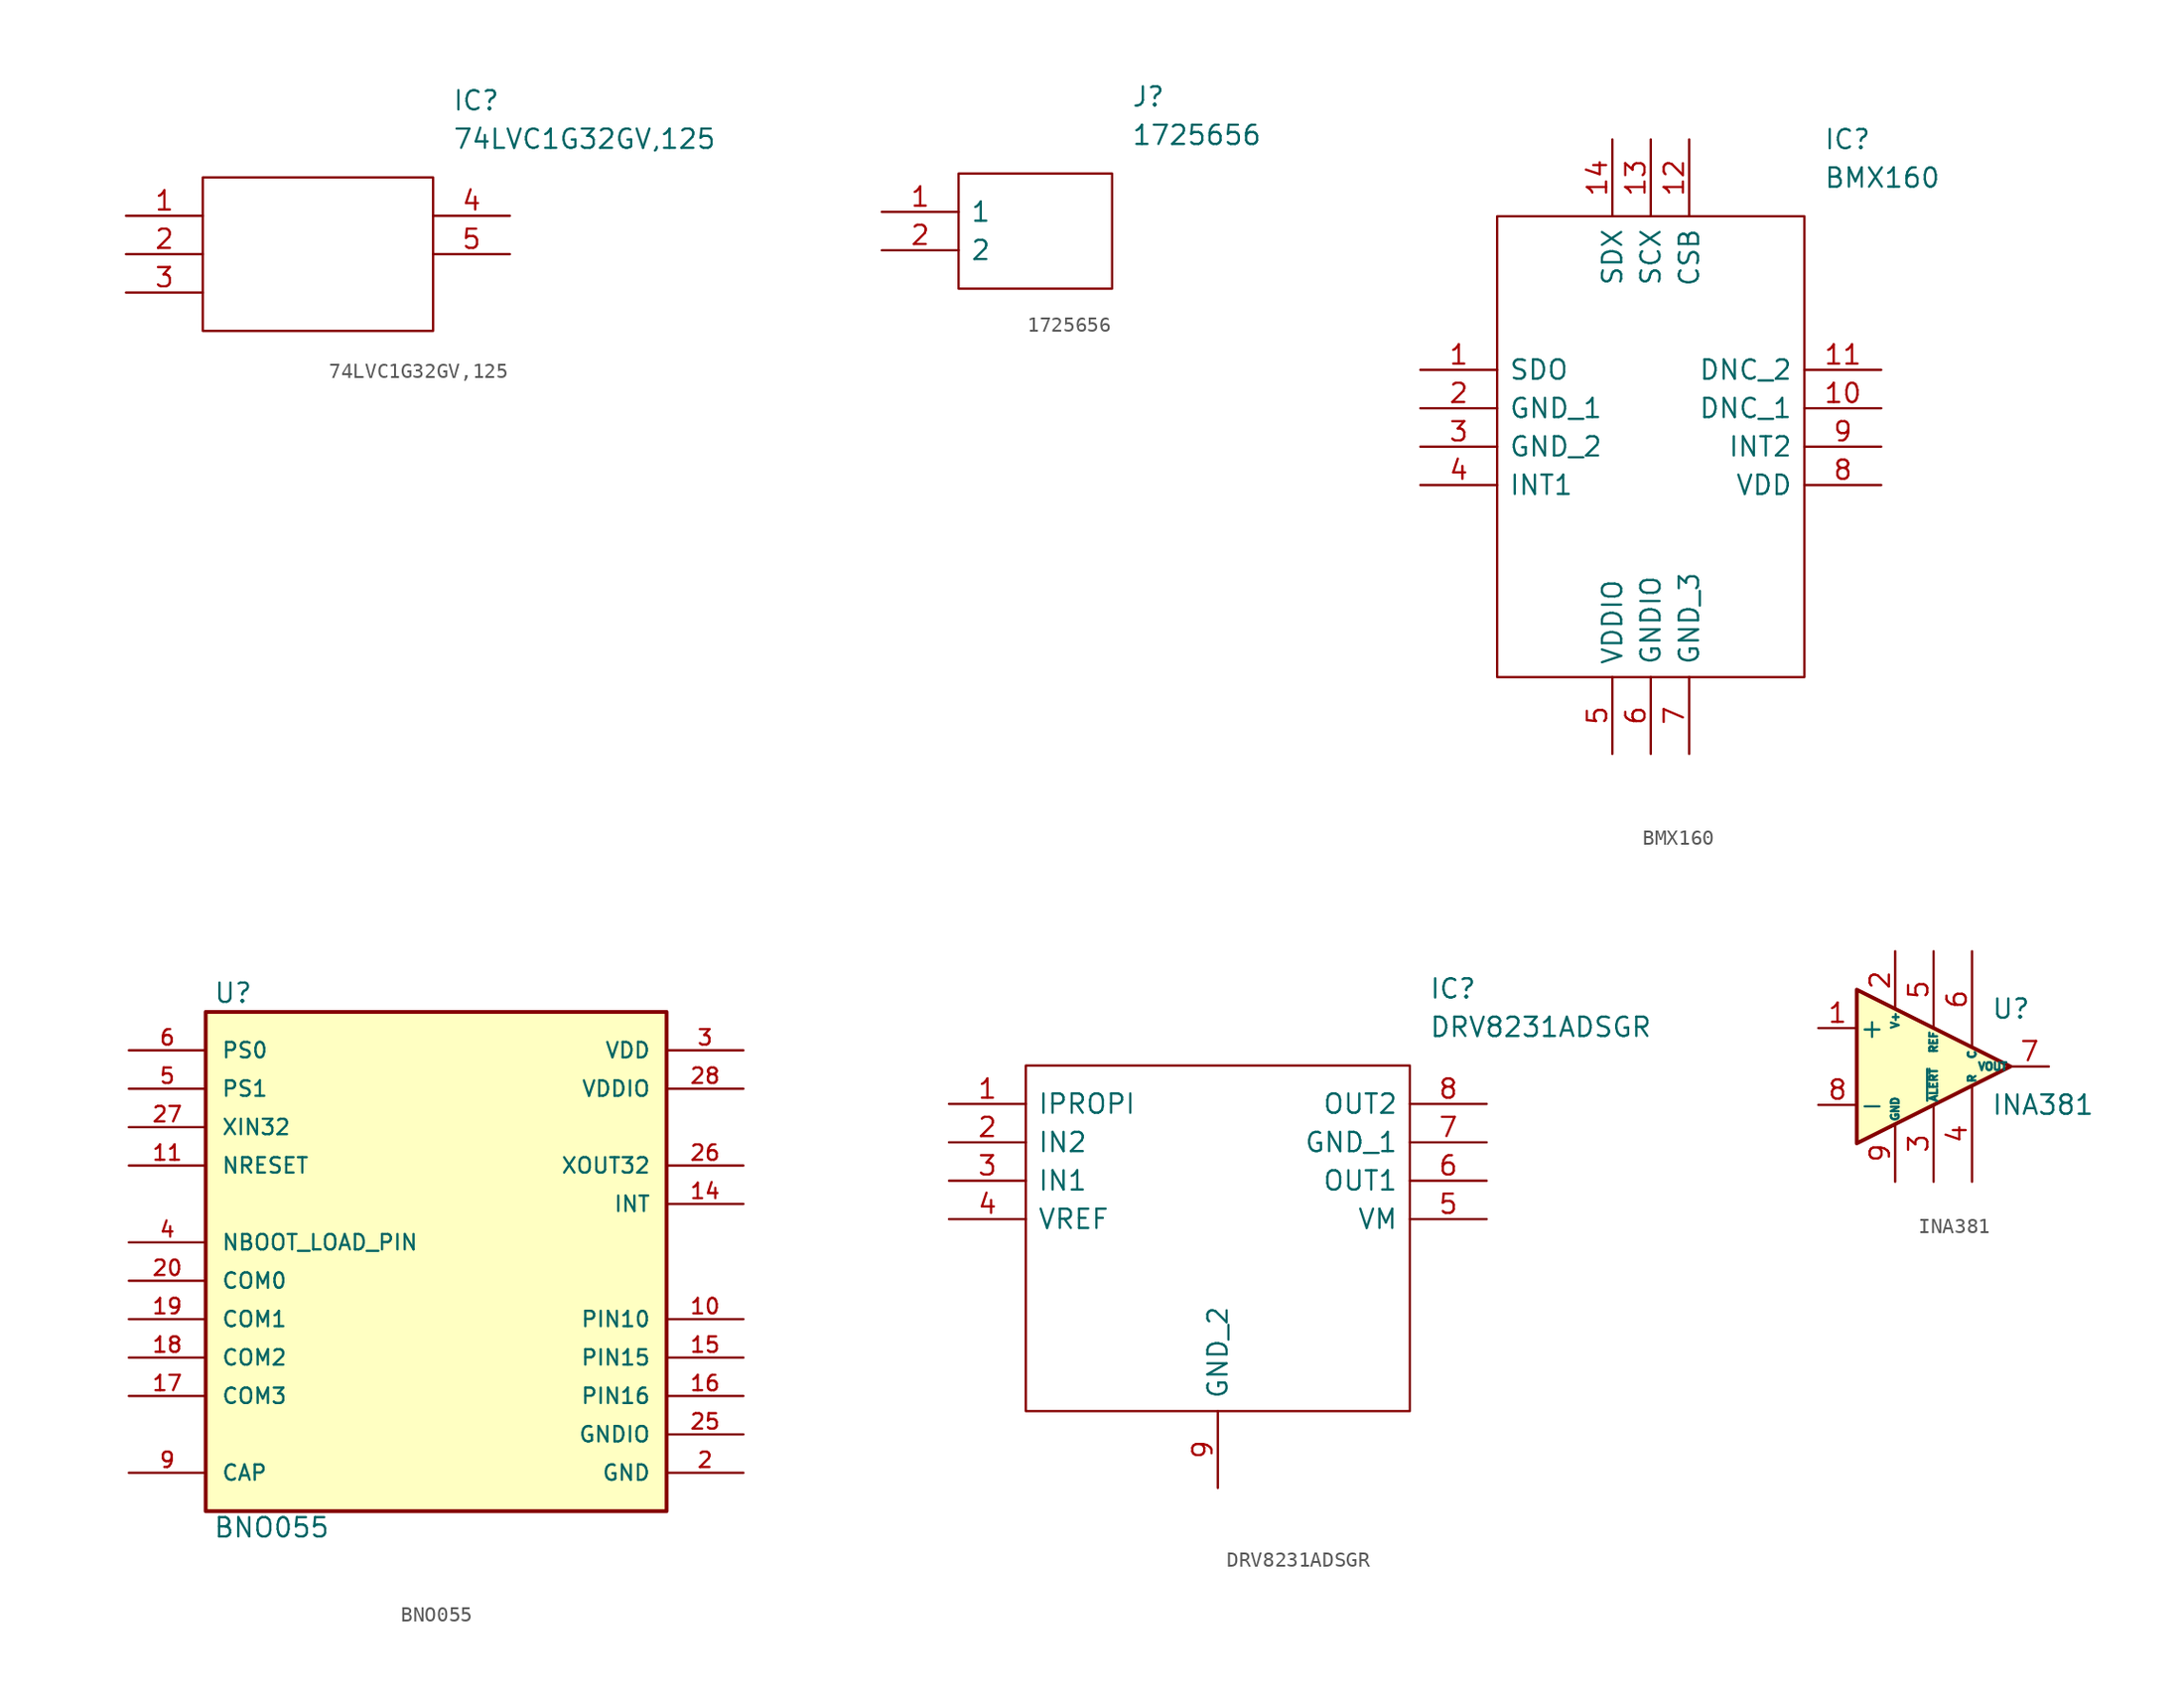
<source format=kicad_sym>
(kicad_symbol_lib
  (version 20241209)
  (generator "kicad_symbol_editor")
  (generator_version "9.0")
  (symbol "74LVC1G32GV,125"
    (pin_names
      (offset 0.762))
    (property "Reference" "IC"
      (at 21.59 7.62 0)
      (effects (font (size 1.27 1.27)) (justify left)))
    (property "Value" "74LVC1G32GV,125"
      (at 21.59 5.08 0)
      (effects (font (size 1.27 1.27)) (justify left)))
    (symbol "74LVC1G32GV,125_0_0"
      (pin unspecified line (at 0 0 0) (length 5.08) (name "~" (effects (font (size 1.27 1.27)))) (number "1" (effects (font (size 1.27 1.27)))))
      (pin unspecified line (at 0 -2.54 0) (length 5.08) (name "~" (effects (font (size 1.27 1.27)))) (number "2" (effects (font (size 1.27 1.27)))))
      (pin unspecified line (at 0 -5.08 0) (length 5.08) (name "~" (effects (font (size 1.27 1.27)))) (number "3" (effects (font (size 1.27 1.27)))))
      (pin unspecified line (at 25.4 0 180) (length 5.08) (name "~" (effects (font (size 1.27 1.27)))) (number "4" (effects (font (size 1.27 1.27)))))
      (pin unspecified line (at 25.4 -2.54 180) (length 5.08) (name "~" (effects (font (size 1.27 1.27)))) (number "5" (effects (font (size 1.27 1.27))))))
    (symbol "74LVC1G32GV,125_0_1"
      (polyline (pts (xy 5.08 2.54) (xy 20.32 2.54) (xy 20.32 -7.62) (xy 5.08 -7.62) (xy 5.08 2.54)) (stroke (width 0.152) (type solid)) (fill (type none)))))
  (symbol "1725656"
    (pin_names
      (offset 0.762))
    (property "Reference" "J"
      (at 16.51 7.62 0)
      (effects (font (size 1.27 1.27)) (justify left)))
    (property "Value" "1725656"
      (at 16.51 5.08 0)
      (effects (font (size 1.27 1.27)) (justify left)))
    (symbol "1725656_0_0"
      (pin passive line (at 0 0 0) (length 5.08) (name "1" (effects (font (size 1.27 1.27)))) (number "1" (effects (font (size 1.27 1.27)))))
      (pin passive line (at 0 -2.54 0) (length 5.08) (name "2" (effects (font (size 1.27 1.27)))) (number "2" (effects (font (size 1.27 1.27))))))
    (symbol "1725656_0_1"
      (polyline (pts (xy 5.08 2.54) (xy 15.24 2.54) (xy 15.24 -5.08) (xy 5.08 -5.08) (xy 5.08 2.54)) (stroke (width 0.152) (type solid)) (fill (type none)))))
  (symbol "BMX160"
    (pin_names
      (offset 0.762))
    (property "Reference" "IC"
      (at 26.67 15.24 0)
      (effects (font (size 1.27 1.27)) (justify left)))
    (property "Value" "BMX160"
      (at 26.67 12.7 0)
      (effects (font (size 1.27 1.27)) (justify left)))
    (symbol "BMX160_0_0"
      (pin passive line (at 0 0 0) (length 5.08) (name "SDO" (effects (font (size 1.27 1.27)))) (number "1" (effects (font (size 1.27 1.27)))))
      (pin passive line (at 0 -2.54 0) (length 5.08) (name "GND_1" (effects (font (size 1.27 1.27)))) (number "2" (effects (font (size 1.27 1.27)))))
      (pin passive line (at 0 -5.08 0) (length 5.08) (name "GND_2" (effects (font (size 1.27 1.27)))) (number "3" (effects (font (size 1.27 1.27)))))
      (pin passive line (at 0 -7.62 0) (length 5.08) (name "INT1" (effects (font (size 1.27 1.27)))) (number "4" (effects (font (size 1.27 1.27)))))
      (pin passive line (at 12.7 15.24 270) (length 5.08) (name "SDX" (effects (font (size 1.27 1.27)))) (number "14" (effects (font (size 1.27 1.27)))))
      (pin passive line (at 12.7 -25.4 90) (length 5.08) (name "VDDIO" (effects (font (size 1.27 1.27)))) (number "5" (effects (font (size 1.27 1.27)))))
      (pin passive line (at 15.24 15.24 270) (length 5.08) (name "SCX" (effects (font (size 1.27 1.27)))) (number "13" (effects (font (size 1.27 1.27)))))
      (pin passive line (at 15.24 -25.4 90) (length 5.08) (name "GNDIO" (effects (font (size 1.27 1.27)))) (number "6" (effects (font (size 1.27 1.27)))))
      (pin passive line (at 17.78 15.24 270) (length 5.08) (name "CSB" (effects (font (size 1.27 1.27)))) (number "12" (effects (font (size 1.27 1.27)))))
      (pin passive line (at 17.78 -25.4 90) (length 5.08) (name "GND_3" (effects (font (size 1.27 1.27)))) (number "7" (effects (font (size 1.27 1.27)))))
      (pin passive line (at 30.48 0 180) (length 5.08) (name "DNC_2" (effects (font (size 1.27 1.27)))) (number "11" (effects (font (size 1.27 1.27)))))
      (pin passive line (at 30.48 -2.54 180) (length 5.08) (name "DNC_1" (effects (font (size 1.27 1.27)))) (number "10" (effects (font (size 1.27 1.27)))))
      (pin passive line (at 30.48 -5.08 180) (length 5.08) (name "INT2" (effects (font (size 1.27 1.27)))) (number "9" (effects (font (size 1.27 1.27)))))
      (pin passive line (at 30.48 -7.62 180) (length 5.08) (name "VDD" (effects (font (size 1.27 1.27)))) (number "8" (effects (font (size 1.27 1.27))))))
    (symbol "BMX160_0_1"
      (polyline (pts (xy 5.08 10.16) (xy 25.4 10.16) (xy 25.4 -20.32) (xy 5.08 -20.32) (xy 5.08 10.16)) (stroke (width 0.152) (type solid)) (fill (type none)))))
  (symbol "BNO055"
    (pin_names
      (offset 1.016))
    (property "Reference" "U"
      (at -14.732 15.748 0)
      (effects (font (size 1.27 1.27)) (justify left bottom)))
    (property "Value" "BNO055"
      (at -14.757 -19.609 0)
      (effects (font (size 1.27 1.27)) (justify left bottom)))
    (symbol "BNO055_0_0"
      (rectangle (start -15.24 -17.78) (end 15.24 15.24) (stroke (width 0.254) (type solid)) (fill (type background)))
      (pin input line (at -20.32 12.7 0) (length 5.08) (name "PS0" (effects (font (size 1.016 1.016)))) (number "6" (effects (font (size 1.016 1.016)))))
      (pin input line (at -20.32 10.16 0) (length 5.08) (name "PS1" (effects (font (size 1.016 1.016)))) (number "5" (effects (font (size 1.016 1.016)))))
      (pin input line (at -20.32 7.62 0) (length 5.08) (name "XIN32" (effects (font (size 1.016 1.016)))) (number "27" (effects (font (size 1.016 1.016)))))
      (pin input line (at -20.32 5.08 0) (length 5.08) (name "NRESET" (effects (font (size 1.016 1.016)))) (number "11" (effects (font (size 1.016 1.016)))))
      (pin bidirectional line (at -20.32 0 0) (length 5.08) (name "NBOOT_LOAD_PIN" (effects (font (size 1.016 1.016)))) (number "4" (effects (font (size 1.016 1.016)))))
      (pin bidirectional line (at -20.32 -2.54 0) (length 5.08) (name "COM0" (effects (font (size 1.016 1.016)))) (number "20" (effects (font (size 1.016 1.016)))))
      (pin bidirectional line (at -20.32 -5.08 0) (length 5.08) (name "COM1" (effects (font (size 1.016 1.016)))) (number "19" (effects (font (size 1.016 1.016)))))
      (pin bidirectional line (at -20.32 -7.62 0) (length 5.08) (name "COM2" (effects (font (size 1.016 1.016)))) (number "18" (effects (font (size 1.016 1.016)))))
      (pin bidirectional line (at -20.32 -10.16 0) (length 5.08) (name "COM3" (effects (font (size 1.016 1.016)))) (number "17" (effects (font (size 1.016 1.016)))))
      (pin passive line (at -20.32 -15.24 0) (length 5.08) (name "CAP" (effects (font (size 1.016 1.016)))) (number "9" (effects (font (size 1.016 1.016)))))
      (pin power_in line (at 20.32 12.7 180) (length 5.08) (name "VDD" (effects (font (size 1.016 1.016)))) (number "3" (effects (font (size 1.016 1.016)))))
      (pin power_in line (at 20.32 10.16 180) (length 5.08) (name "VDDIO" (effects (font (size 1.016 1.016)))) (number "28" (effects (font (size 1.016 1.016)))))
      (pin output line (at 20.32 5.08 180) (length 5.08) (name "XOUT32" (effects (font (size 1.016 1.016)))) (number "26" (effects (font (size 1.016 1.016)))))
      (pin output line (at 20.32 2.54 180) (length 5.08) (name "INT" (effects (font (size 1.016 1.016)))) (number "14" (effects (font (size 1.016 1.016)))))
      (pin power_in line (at 20.32 -5.08 180) (length 5.08) (name "PIN10" (effects (font (size 1.016 1.016)))) (number "10" (effects (font (size 1.016 1.016)))))
      (pin power_in line (at 20.32 -7.62 180) (length 5.08) (name "PIN15" (effects (font (size 1.016 1.016)))) (number "15" (effects (font (size 1.016 1.016)))))
      (pin power_in line (at 20.32 -10.16 180) (length 5.08) (name "PIN16" (effects (font (size 1.016 1.016)))) (number "16" (effects (font (size 1.016 1.016)))))
      (pin power_in line (at 20.32 -12.7 180) (length 5.08) (name "GNDIO" (effects (font (size 1.016 1.016)))) (number "25" (effects (font (size 1.016 1.016)))))
      (pin power_in line (at 20.32 -15.24 180) (length 5.08) (name "GND" (effects (font (size 1.016 1.016)))) (number "2" (effects (font (size 1.016 1.016)))))))
  (symbol "DRV8231ADSGR"
    (pin_names
      (offset 0.762))
    (property "Reference" "IC"
      (at 31.75 7.62 0)
      (effects (font (size 1.27 1.27)) (justify left)))
    (property "Value" "DRV8231ADSGR"
      (at 31.75 5.08 0)
      (effects (font (size 1.27 1.27)) (justify left)))
    (symbol "DRV8231ADSGR_0_0"
      (pin passive line (at 0 0 0) (length 5.08) (name "IPROPI" (effects (font (size 1.27 1.27)))) (number "1" (effects (font (size 1.27 1.27)))))
      (pin passive line (at 0 -2.54 0) (length 5.08) (name "IN2" (effects (font (size 1.27 1.27)))) (number "2" (effects (font (size 1.27 1.27)))))
      (pin passive line (at 0 -5.08 0) (length 5.08) (name "IN1" (effects (font (size 1.27 1.27)))) (number "3" (effects (font (size 1.27 1.27)))))
      (pin passive line (at 0 -7.62 0) (length 5.08) (name "VREF" (effects (font (size 1.27 1.27)))) (number "4" (effects (font (size 1.27 1.27)))))
      (pin passive line (at 17.78 -25.4 90) (length 5.08) (name "GND_2" (effects (font (size 1.27 1.27)))) (number "9" (effects (font (size 1.27 1.27)))))
      (pin passive line (at 35.56 0 180) (length 5.08) (name "OUT2" (effects (font (size 1.27 1.27)))) (number "8" (effects (font (size 1.27 1.27)))))
      (pin passive line (at 35.56 -2.54 180) (length 5.08) (name "GND_1" (effects (font (size 1.27 1.27)))) (number "7" (effects (font (size 1.27 1.27)))))
      (pin passive line (at 35.56 -5.08 180) (length 5.08) (name "OUT1" (effects (font (size 1.27 1.27)))) (number "6" (effects (font (size 1.27 1.27)))))
      (pin passive line (at 35.56 -7.62 180) (length 5.08) (name "VM" (effects (font (size 1.27 1.27)))) (number "5" (effects (font (size 1.27 1.27))))))
    (symbol "DRV8231ADSGR_0_1"
      (polyline (pts (xy 5.08 2.54) (xy 30.48 2.54) (xy 30.48 -20.32) (xy 5.08 -20.32) (xy 5.08 2.54)) (stroke (width 0.152) (type solid)) (fill (type none)))))
  (symbol "INA381"
    (pin_names
      (offset 0.127))
    (property "Reference" "U"
      (at 3.81 3.81 0)
      (effects (font (size 1.27 1.27)) (justify left)))
    (property "Value" "INA381"
      (at 3.81 -2.54 0)
      (effects (font (size 1.27 1.27)) (justify left)))
    (symbol "INA381_0_1"
      (polyline (pts (xy 5.08 0) (xy -5.08 5.08) (xy -5.08 -5.08) (xy 5.08 0)) (stroke (width 0.254) (type solid)) (fill (type background))))
    (symbol "INA381_1_1"
      (pin input line (at -7.62 2.54 0) (length 2.54) (name "+" (effects (font (size 1.27 1.27)))) (number "1" (effects (font (size 1.27 1.27)))))
      (pin input line (at -7.62 -2.54 0) (length 2.54) (name "-" (effects (font (size 1.27 1.27)))) (number "8" (effects (font (size 1.27 1.27)))))
      (pin input line (at -2.54 7.62 270) (length 3.81) (name "V+" (effects (font (size 0.508 0.508)))) (number "2" (effects (font (size 1.27 1.27)))))
      (pin power_in line (at -2.54 -7.62 90) (length 3.81) (name "GND" (effects (font (size 0.508 0.508)))) (number "9" (effects (font (size 1.27 1.27)))))
      (pin input line (at 0 7.62 270) (length 5.08) (name "REF" (effects (font (size 0.508 0.508)))) (number "5" (effects (font (size 1.27 1.27)))))
      (pin output line (at 0 -7.62 90) (length 5.08) (name "~{ALERT}" (effects (font (size 0.508 0.508)))) (number "3" (effects (font (size 1.27 1.27)))))
      (pin input line (at 2.54 7.62 270) (length 6.35) (name "C" (effects (font (size 0.508 0.508)))) (number "6" (effects (font (size 1.27 1.27)))))
      (pin input line (at 2.54 -7.62 90) (length 6.35) (name "R" (effects (font (size 0.508 0.508)))) (number "4" (effects (font (size 1.27 1.27)))))
      (pin output line (at 7.62 0 180) (length 2.54) (name "VOUT" (effects (font (size 0.508 0.508)))) (number "7" (effects (font (size 1.27 1.27))))))))
</source>
